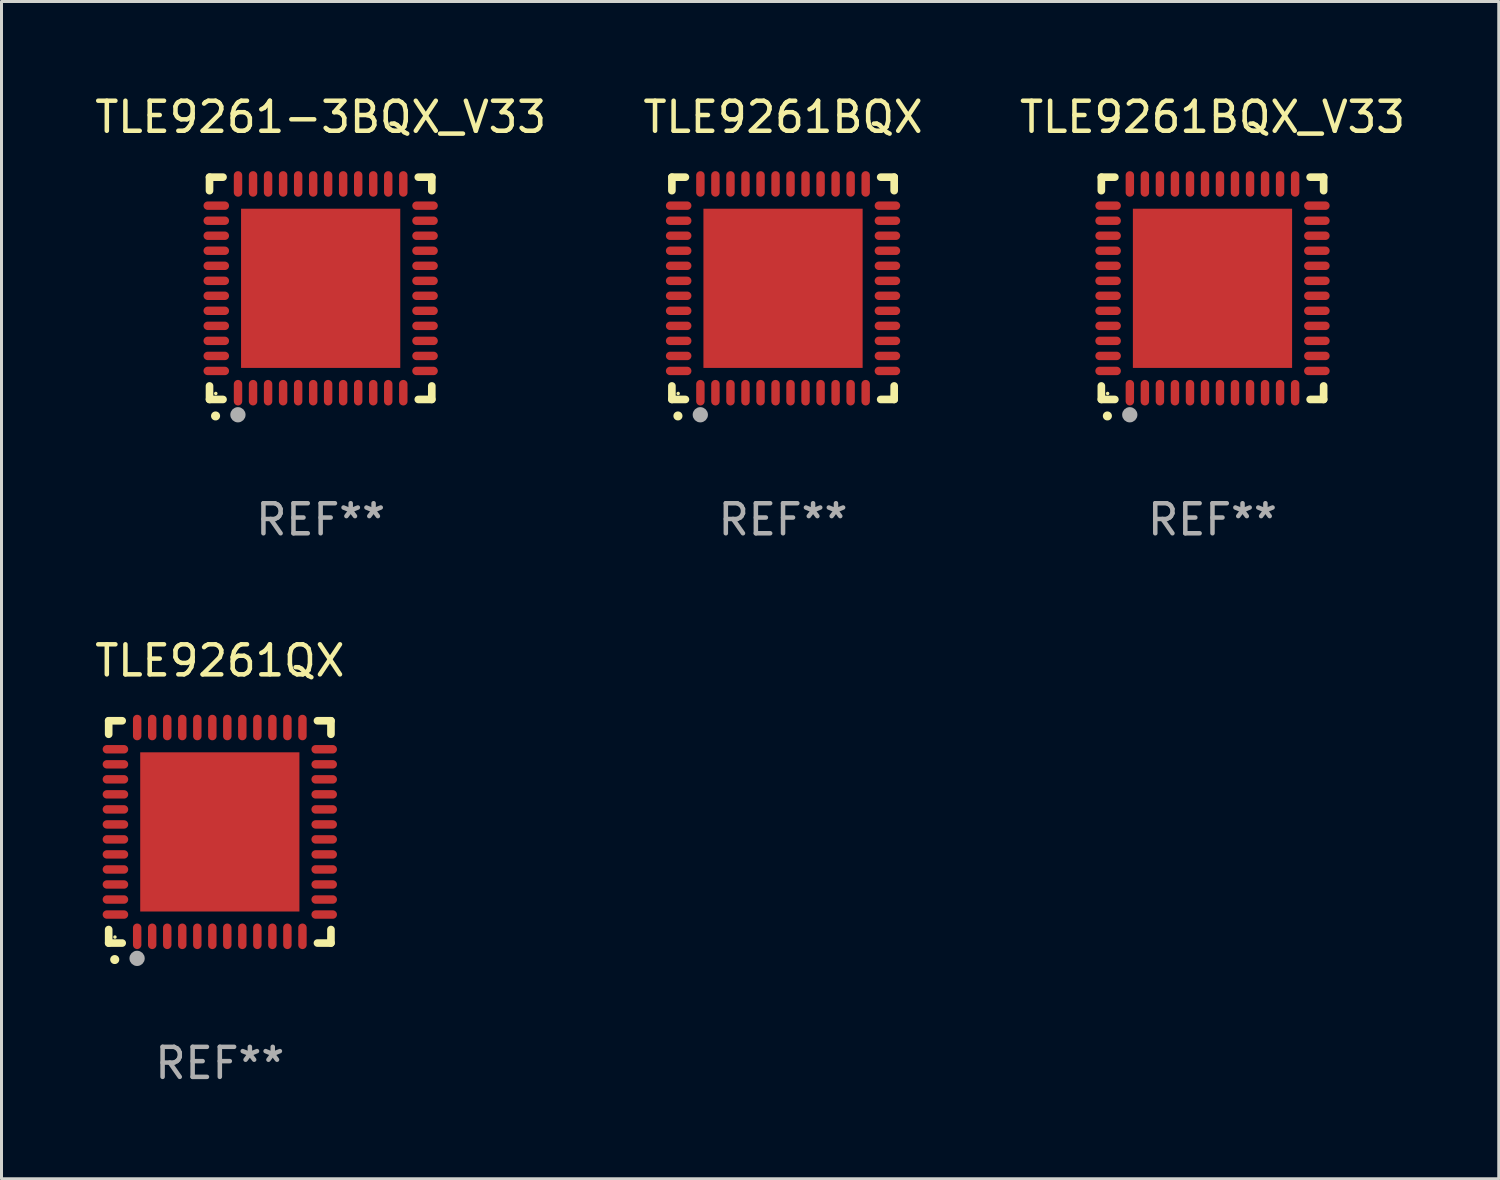
<source format=kicad_pcb>
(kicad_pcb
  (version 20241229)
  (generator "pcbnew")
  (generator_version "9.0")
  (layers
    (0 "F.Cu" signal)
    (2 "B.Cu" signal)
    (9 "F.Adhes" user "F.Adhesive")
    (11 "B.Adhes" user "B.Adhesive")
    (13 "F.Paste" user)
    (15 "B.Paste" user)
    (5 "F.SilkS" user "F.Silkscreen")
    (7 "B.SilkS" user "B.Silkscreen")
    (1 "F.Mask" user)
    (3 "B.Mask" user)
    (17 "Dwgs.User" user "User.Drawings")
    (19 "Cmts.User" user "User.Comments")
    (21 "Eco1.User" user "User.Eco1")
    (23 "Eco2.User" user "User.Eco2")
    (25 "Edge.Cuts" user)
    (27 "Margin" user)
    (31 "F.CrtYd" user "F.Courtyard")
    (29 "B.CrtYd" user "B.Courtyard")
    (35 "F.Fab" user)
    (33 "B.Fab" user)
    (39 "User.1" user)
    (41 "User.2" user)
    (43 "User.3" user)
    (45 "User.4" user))
  (footprint "TLE9261BQX"
    (layer "F.Cu")
    (at 23.018 6.548)
    (property "Reference" "TLE9261BQX" (at 0 -5.7 0) (layer "F.SilkS") (effects (font (size 1 1) (thickness 0.15))))
    (attr through_hole)
    (fp_line (start -3.7 -3.7) (end -3.25 -3.7) (stroke (width 0.254) (type solid)) (layer "F.SilkS"))
    (fp_line (start -3.7 -3.25) (end -3.7 -3.7) (stroke (width 0.254) (type solid)) (layer "F.SilkS"))
    (fp_line (start -3.7 3.7) (end -3.7 3.25) (stroke (width 0.254) (type solid)) (layer "F.SilkS"))
    (fp_line (start -3.25 3.7) (end -3.7 3.7) (stroke (width 0.254) (type solid)) (layer "F.SilkS"))
    (fp_line (start 3.25 3.7) (end 3.7 3.7) (stroke (width 0.254) (type solid)) (layer "F.SilkS"))
    (fp_line (start 3.7 -3.7) (end 3.25 -3.7) (stroke (width 0.254) (type solid)) (layer "F.SilkS"))
    (fp_line (start 3.7 -3.25) (end 3.7 -3.7) (stroke (width 0.254) (type solid)) (layer "F.SilkS"))
    (fp_line (start 3.7 3.7) (end 3.7 3.25) (stroke (width 0.254) (type solid)) (layer "F.SilkS"))
    (fp_arc (start -3.500127 4.249428) (mid -3.498857 4.249423) (end -3.497587 4.249428) (stroke (width 0.3) (type solid)) (layer "F.SilkS"))
    (fp_circle (center -3.491 3.501) (end -3.461 3.501) (stroke (width 0.06) (type solid)) (fill no) (layer "F.SilkS"))
    (fp_circle (center -2.754 4.21) (end -2.627 4.21) (stroke (width 0.254) (type solid)) (fill no) (layer "F.Fab"))
    (fp_text user "REF**" (at 0 7.7 0) (layer "F.Fab") (effects (font (size 1 1) (thickness 0.15))))
    (pad "1" smd oval (at -2.751 3.475) (size 0.28 0.85) (layers "F.Cu" "F.Mask" "F.Paste"))
    (pad "2" smd oval (at -2.251 3.475) (size 0.28 0.85) (layers "F.Cu" "F.Mask" "F.Paste"))
    (pad "3" smd oval (at -1.75 3.475) (size 0.28 0.85) (layers "F.Cu" "F.Mask" "F.Paste"))
    (pad "4" smd oval (at -1.25 3.475) (size 0.28 0.85) (layers "F.Cu" "F.Mask" "F.Paste"))
    (pad "5" smd oval (at -0.749 3.475) (size 0.28 0.85) (layers "F.Cu" "F.Mask" "F.Paste"))
    (pad "6" smd oval (at -0.249 3.475) (size 0.28 0.85) (layers "F.Cu" "F.Mask" "F.Paste"))
    (pad "7" smd oval (at 0.249 3.475) (size 0.28 0.85) (layers "F.Cu" "F.Mask" "F.Paste"))
    (pad "8" smd oval (at 0.749 3.475) (size 0.28 0.85) (layers "F.Cu" "F.Mask" "F.Paste"))
    (pad "9" smd oval (at 1.25 3.475) (size 0.28 0.85) (layers "F.Cu" "F.Mask" "F.Paste"))
    (pad "10" smd oval (at 1.75 3.475) (size 0.28 0.85) (layers "F.Cu" "F.Mask" "F.Paste"))
    (pad "11" smd oval (at 2.25 3.475) (size 0.28 0.85) (layers "F.Cu" "F.Mask" "F.Paste"))
    (pad "12" smd oval (at 2.751 3.475) (size 0.28 0.85) (layers "F.Cu" "F.Mask" "F.Paste"))
    (pad "13" smd oval (at 3.475 2.751) (size 0.85 0.28) (layers "F.Cu" "F.Mask" "F.Paste"))
    (pad "14" smd oval (at 3.475 2.251) (size 0.85 0.28) (layers "F.Cu" "F.Mask" "F.Paste"))
    (pad "15" smd oval (at 3.475 1.75) (size 0.85 0.28) (layers "F.Cu" "F.Mask" "F.Paste"))
    (pad "16" smd oval (at 3.475 1.25) (size 0.85 0.28) (layers "F.Cu" "F.Mask" "F.Paste"))
    (pad "17" smd oval (at 3.475 0.749) (size 0.85 0.28) (layers "F.Cu" "F.Mask" "F.Paste"))
    (pad "18" smd oval (at 3.475 0.249) (size 0.85 0.28) (layers "F.Cu" "F.Mask" "F.Paste"))
    (pad "19" smd oval (at 3.475 -0.249) (size 0.85 0.28) (layers "F.Cu" "F.Mask" "F.Paste"))
    (pad "20" smd oval (at 3.475 -0.749) (size 0.85 0.28) (layers "F.Cu" "F.Mask" "F.Paste"))
    (pad "21" smd oval (at 3.475 -1.25) (size 0.85 0.28) (layers "F.Cu" "F.Mask" "F.Paste"))
    (pad "22" smd oval (at 3.475 -1.75) (size 0.85 0.28) (layers "F.Cu" "F.Mask" "F.Paste"))
    (pad "23" smd oval (at 3.475 -2.25) (size 0.85 0.28) (layers "F.Cu" "F.Mask" "F.Paste"))
    (pad "24" smd oval (at 3.475 -2.751) (size 0.85 0.28) (layers "F.Cu" "F.Mask" "F.Paste"))
    (pad "25" smd oval (at 2.751 -3.475) (size 0.28 0.85) (layers "F.Cu" "F.Mask" "F.Paste"))
    (pad "26" smd oval (at 2.25 -3.475) (size 0.28 0.85) (layers "F.Cu" "F.Mask" "F.Paste"))
    (pad "27" smd oval (at 1.75 -3.475) (size 0.28 0.85) (layers "F.Cu" "F.Mask" "F.Paste"))
    (pad "28" smd oval (at 1.25 -3.475) (size 0.28 0.85) (layers "F.Cu" "F.Mask" "F.Paste"))
    (pad "29" smd oval (at 0.749 -3.475) (size 0.28 0.85) (layers "F.Cu" "F.Mask" "F.Paste"))
    (pad "30" smd oval (at 0.249 -3.475) (size 0.28 0.85) (layers "F.Cu" "F.Mask" "F.Paste"))
    (pad "31" smd oval (at -0.249 -3.475) (size 0.28 0.85) (layers "F.Cu" "F.Mask" "F.Paste"))
    (pad "32" smd oval (at -0.749 -3.475) (size 0.28 0.85) (layers "F.Cu" "F.Mask" "F.Paste"))
    (pad "33" smd oval (at -1.25 -3.475) (size 0.28 0.85) (layers "F.Cu" "F.Mask" "F.Paste"))
    (pad "34" smd oval (at -1.75 -3.475) (size 0.28 0.85) (layers "F.Cu" "F.Mask" "F.Paste"))
    (pad "35" smd oval (at -2.251 -3.475) (size 0.28 0.85) (layers "F.Cu" "F.Mask" "F.Paste"))
    (pad "36" smd oval (at -2.751 -3.475) (size 0.28 0.85) (layers "F.Cu" "F.Mask" "F.Paste"))
    (pad "37" smd oval (at -3.475 -2.751) (size 0.85 0.28) (layers "F.Cu" "F.Mask" "F.Paste"))
    (pad "38" smd oval (at -3.475 -2.25) (size 0.85 0.28) (layers "F.Cu" "F.Mask" "F.Paste"))
    (pad "39" smd oval (at -3.475 -1.75) (size 0.85 0.28) (layers "F.Cu" "F.Mask" "F.Paste"))
    (pad "40" smd oval (at -3.475 -1.25) (size 0.85 0.28) (layers "F.Cu" "F.Mask" "F.Paste"))
    (pad "41" smd oval (at -3.475 -0.749) (size 0.85 0.28) (layers "F.Cu" "F.Mask" "F.Paste"))
    (pad "42" smd oval (at -3.475 -0.249) (size 0.85 0.28) (layers "F.Cu" "F.Mask" "F.Paste"))
    (pad "43" smd oval (at -3.475 0.249) (size 0.85 0.28) (layers "F.Cu" "F.Mask" "F.Paste"))
    (pad "44" smd oval (at -3.475 0.749) (size 0.85 0.28) (layers "F.Cu" "F.Mask" "F.Paste"))
    (pad "45" smd oval (at -3.475 1.25) (size 0.85 0.28) (layers "F.Cu" "F.Mask" "F.Paste"))
    (pad "46" smd oval (at -3.475 1.75) (size 0.85 0.28) (layers "F.Cu" "F.Mask" "F.Paste"))
    (pad "47" smd oval (at -3.475 2.251) (size 0.85 0.28) (layers "F.Cu" "F.Mask" "F.Paste"))
    (pad "48" smd oval (at -3.475 2.751) (size 0.85 0.28) (layers "F.Cu" "F.Mask" "F.Paste"))
    (pad "49" smd rect (at -0.000102 0.000102) (size 5.3 5.3) (layers "F.Cu" "F.Mask" "F.Paste")))
  (footprint "TLE9261BQX_V33"
    (layer "F.Cu")
    (at 37.315 6.548)
    (property "Reference" "TLE9261BQX_V33" (at 0 -5.7 0) (layer "F.SilkS") (effects (font (size 1 1) (thickness 0.15))))
    (attr through_hole)
    (fp_line (start -3.7 -3.7) (end -3.25 -3.7) (stroke (width 0.254) (type solid)) (layer "F.SilkS"))
    (fp_line (start -3.7 -3.25) (end -3.7 -3.7) (stroke (width 0.254) (type solid)) (layer "F.SilkS"))
    (fp_line (start -3.7 3.7) (end -3.7 3.25) (stroke (width 0.254) (type solid)) (layer "F.SilkS"))
    (fp_line (start -3.25 3.7) (end -3.7 3.7) (stroke (width 0.254) (type solid)) (layer "F.SilkS"))
    (fp_line (start 3.25 3.7) (end 3.7 3.7) (stroke (width 0.254) (type solid)) (layer "F.SilkS"))
    (fp_line (start 3.7 -3.7) (end 3.25 -3.7) (stroke (width 0.254) (type solid)) (layer "F.SilkS"))
    (fp_line (start 3.7 -3.25) (end 3.7 -3.7) (stroke (width 0.254) (type solid)) (layer "F.SilkS"))
    (fp_line (start 3.7 3.7) (end 3.7 3.25) (stroke (width 0.254) (type solid)) (layer "F.SilkS"))
    (fp_arc (start -3.500127 4.249428) (mid -3.498857 4.249423) (end -3.497587 4.249428) (stroke (width 0.3) (type solid)) (layer "F.SilkS"))
    (fp_circle (center -3.491 3.501) (end -3.461 3.501) (stroke (width 0.06) (type solid)) (fill no) (layer "F.SilkS"))
    (fp_circle (center -2.754 4.21) (end -2.627 4.21) (stroke (width 0.254) (type solid)) (fill no) (layer "F.Fab"))
    (fp_text user "REF**" (at 0 7.7 0) (layer "F.Fab") (effects (font (size 1 1) (thickness 0.15))))
    (pad "1" smd oval (at -2.751 3.475) (size 0.28 0.85) (layers "F.Cu" "F.Mask" "F.Paste"))
    (pad "2" smd oval (at -2.251 3.475) (size 0.28 0.85) (layers "F.Cu" "F.Mask" "F.Paste"))
    (pad "3" smd oval (at -1.75 3.475) (size 0.28 0.85) (layers "F.Cu" "F.Mask" "F.Paste"))
    (pad "4" smd oval (at -1.25 3.475) (size 0.28 0.85) (layers "F.Cu" "F.Mask" "F.Paste"))
    (pad "5" smd oval (at -0.749 3.475) (size 0.28 0.85) (layers "F.Cu" "F.Mask" "F.Paste"))
    (pad "6" smd oval (at -0.249 3.475) (size 0.28 0.85) (layers "F.Cu" "F.Mask" "F.Paste"))
    (pad "7" smd oval (at 0.249 3.475) (size 0.28 0.85) (layers "F.Cu" "F.Mask" "F.Paste"))
    (pad "8" smd oval (at 0.749 3.475) (size 0.28 0.85) (layers "F.Cu" "F.Mask" "F.Paste"))
    (pad "9" smd oval (at 1.25 3.475) (size 0.28 0.85) (layers "F.Cu" "F.Mask" "F.Paste"))
    (pad "10" smd oval (at 1.75 3.475) (size 0.28 0.85) (layers "F.Cu" "F.Mask" "F.Paste"))
    (pad "11" smd oval (at 2.25 3.475) (size 0.28 0.85) (layers "F.Cu" "F.Mask" "F.Paste"))
    (pad "12" smd oval (at 2.751 3.475) (size 0.28 0.85) (layers "F.Cu" "F.Mask" "F.Paste"))
    (pad "13" smd oval (at 3.475 2.751) (size 0.85 0.28) (layers "F.Cu" "F.Mask" "F.Paste"))
    (pad "14" smd oval (at 3.475 2.251) (size 0.85 0.28) (layers "F.Cu" "F.Mask" "F.Paste"))
    (pad "15" smd oval (at 3.475 1.75) (size 0.85 0.28) (layers "F.Cu" "F.Mask" "F.Paste"))
    (pad "16" smd oval (at 3.475 1.25) (size 0.85 0.28) (layers "F.Cu" "F.Mask" "F.Paste"))
    (pad "17" smd oval (at 3.475 0.749) (size 0.85 0.28) (layers "F.Cu" "F.Mask" "F.Paste"))
    (pad "18" smd oval (at 3.475 0.249) (size 0.85 0.28) (layers "F.Cu" "F.Mask" "F.Paste"))
    (pad "19" smd oval (at 3.475 -0.249) (size 0.85 0.28) (layers "F.Cu" "F.Mask" "F.Paste"))
    (pad "20" smd oval (at 3.475 -0.749) (size 0.85 0.28) (layers "F.Cu" "F.Mask" "F.Paste"))
    (pad "21" smd oval (at 3.475 -1.25) (size 0.85 0.28) (layers "F.Cu" "F.Mask" "F.Paste"))
    (pad "22" smd oval (at 3.475 -1.75) (size 0.85 0.28) (layers "F.Cu" "F.Mask" "F.Paste"))
    (pad "23" smd oval (at 3.475 -2.25) (size 0.85 0.28) (layers "F.Cu" "F.Mask" "F.Paste"))
    (pad "24" smd oval (at 3.475 -2.751) (size 0.85 0.28) (layers "F.Cu" "F.Mask" "F.Paste"))
    (pad "25" smd oval (at 2.751 -3.475) (size 0.28 0.85) (layers "F.Cu" "F.Mask" "F.Paste"))
    (pad "26" smd oval (at 2.25 -3.475) (size 0.28 0.85) (layers "F.Cu" "F.Mask" "F.Paste"))
    (pad "27" smd oval (at 1.75 -3.475) (size 0.28 0.85) (layers "F.Cu" "F.Mask" "F.Paste"))
    (pad "28" smd oval (at 1.25 -3.475) (size 0.28 0.85) (layers "F.Cu" "F.Mask" "F.Paste"))
    (pad "29" smd oval (at 0.749 -3.475) (size 0.28 0.85) (layers "F.Cu" "F.Mask" "F.Paste"))
    (pad "30" smd oval (at 0.249 -3.475) (size 0.28 0.85) (layers "F.Cu" "F.Mask" "F.Paste"))
    (pad "31" smd oval (at -0.249 -3.475) (size 0.28 0.85) (layers "F.Cu" "F.Mask" "F.Paste"))
    (pad "32" smd oval (at -0.749 -3.475) (size 0.28 0.85) (layers "F.Cu" "F.Mask" "F.Paste"))
    (pad "33" smd oval (at -1.25 -3.475) (size 0.28 0.85) (layers "F.Cu" "F.Mask" "F.Paste"))
    (pad "34" smd oval (at -1.75 -3.475) (size 0.28 0.85) (layers "F.Cu" "F.Mask" "F.Paste"))
    (pad "35" smd oval (at -2.251 -3.475) (size 0.28 0.85) (layers "F.Cu" "F.Mask" "F.Paste"))
    (pad "36" smd oval (at -2.751 -3.475) (size 0.28 0.85) (layers "F.Cu" "F.Mask" "F.Paste"))
    (pad "37" smd oval (at -3.475 -2.751) (size 0.85 0.28) (layers "F.Cu" "F.Mask" "F.Paste"))
    (pad "38" smd oval (at -3.475 -2.25) (size 0.85 0.28) (layers "F.Cu" "F.Mask" "F.Paste"))
    (pad "39" smd oval (at -3.475 -1.75) (size 0.85 0.28) (layers "F.Cu" "F.Mask" "F.Paste"))
    (pad "40" smd oval (at -3.475 -1.25) (size 0.85 0.28) (layers "F.Cu" "F.Mask" "F.Paste"))
    (pad "41" smd oval (at -3.475 -0.749) (size 0.85 0.28) (layers "F.Cu" "F.Mask" "F.Paste"))
    (pad "42" smd oval (at -3.475 -0.249) (size 0.85 0.28) (layers "F.Cu" "F.Mask" "F.Paste"))
    (pad "43" smd oval (at -3.475 0.249) (size 0.85 0.28) (layers "F.Cu" "F.Mask" "F.Paste"))
    (pad "44" smd oval (at -3.475 0.749) (size 0.85 0.28) (layers "F.Cu" "F.Mask" "F.Paste"))
    (pad "45" smd oval (at -3.475 1.25) (size 0.85 0.28) (layers "F.Cu" "F.Mask" "F.Paste"))
    (pad "46" smd oval (at -3.475 1.75) (size 0.85 0.28) (layers "F.Cu" "F.Mask" "F.Paste"))
    (pad "47" smd oval (at -3.475 2.251) (size 0.85 0.28) (layers "F.Cu" "F.Mask" "F.Paste"))
    (pad "48" smd oval (at -3.475 2.751) (size 0.85 0.28) (layers "F.Cu" "F.Mask" "F.Paste"))
    (pad "49" smd rect (at -0.000102 0.000102) (size 5.3 5.3) (layers "F.Cu" "F.Mask" "F.Paste")))
  (footprint "TLE9261-3BQX_V33"
    (layer "F.Cu")
    (at 7.625 6.548)
    (property "Reference" "TLE9261-3BQX_V33" (at 0 -5.7 0) (layer "F.SilkS") (effects (font (size 1 1) (thickness 0.15))))
    (attr through_hole)
    (fp_line (start -3.7 -3.7) (end -3.25 -3.7) (stroke (width 0.254) (type solid)) (layer "F.SilkS"))
    (fp_line (start -3.7 -3.25) (end -3.7 -3.7) (stroke (width 0.254) (type solid)) (layer "F.SilkS"))
    (fp_line (start -3.7 3.7) (end -3.7 3.25) (stroke (width 0.254) (type solid)) (layer "F.SilkS"))
    (fp_line (start -3.25 3.7) (end -3.7 3.7) (stroke (width 0.254) (type solid)) (layer "F.SilkS"))
    (fp_line (start 3.25 3.7) (end 3.7 3.7) (stroke (width 0.254) (type solid)) (layer "F.SilkS"))
    (fp_line (start 3.7 -3.7) (end 3.25 -3.7) (stroke (width 0.254) (type solid)) (layer "F.SilkS"))
    (fp_line (start 3.7 -3.25) (end 3.7 -3.7) (stroke (width 0.254) (type solid)) (layer "F.SilkS"))
    (fp_line (start 3.7 3.7) (end 3.7 3.25) (stroke (width 0.254) (type solid)) (layer "F.SilkS"))
    (fp_arc (start -3.500127 4.249428) (mid -3.498857 4.249423) (end -3.497587 4.249428) (stroke (width 0.3) (type solid)) (layer "F.SilkS"))
    (fp_circle (center -3.491 3.501) (end -3.461 3.501) (stroke (width 0.06) (type solid)) (fill no) (layer "F.SilkS"))
    (fp_circle (center -2.754 4.21) (end -2.627 4.21) (stroke (width 0.254) (type solid)) (fill no) (layer "F.Fab"))
    (fp_text user "REF**" (at 0 7.7 0) (layer "F.Fab") (effects (font (size 1 1) (thickness 0.15))))
    (pad "1" smd oval (at -2.751 3.475) (size 0.28 0.85) (layers "F.Cu" "F.Mask" "F.Paste"))
    (pad "2" smd oval (at -2.251 3.475) (size 0.28 0.85) (layers "F.Cu" "F.Mask" "F.Paste"))
    (pad "3" smd oval (at -1.75 3.475) (size 0.28 0.85) (layers "F.Cu" "F.Mask" "F.Paste"))
    (pad "4" smd oval (at -1.25 3.475) (size 0.28 0.85) (layers "F.Cu" "F.Mask" "F.Paste"))
    (pad "5" smd oval (at -0.749 3.475) (size 0.28 0.85) (layers "F.Cu" "F.Mask" "F.Paste"))
    (pad "6" smd oval (at -0.249 3.475) (size 0.28 0.85) (layers "F.Cu" "F.Mask" "F.Paste"))
    (pad "7" smd oval (at 0.249 3.475) (size 0.28 0.85) (layers "F.Cu" "F.Mask" "F.Paste"))
    (pad "8" smd oval (at 0.749 3.475) (size 0.28 0.85) (layers "F.Cu" "F.Mask" "F.Paste"))
    (pad "9" smd oval (at 1.25 3.475) (size 0.28 0.85) (layers "F.Cu" "F.Mask" "F.Paste"))
    (pad "10" smd oval (at 1.75 3.475) (size 0.28 0.85) (layers "F.Cu" "F.Mask" "F.Paste"))
    (pad "11" smd oval (at 2.25 3.475) (size 0.28 0.85) (layers "F.Cu" "F.Mask" "F.Paste"))
    (pad "12" smd oval (at 2.751 3.475) (size 0.28 0.85) (layers "F.Cu" "F.Mask" "F.Paste"))
    (pad "13" smd oval (at 3.475 2.751) (size 0.85 0.28) (layers "F.Cu" "F.Mask" "F.Paste"))
    (pad "14" smd oval (at 3.475 2.251) (size 0.85 0.28) (layers "F.Cu" "F.Mask" "F.Paste"))
    (pad "15" smd oval (at 3.475 1.75) (size 0.85 0.28) (layers "F.Cu" "F.Mask" "F.Paste"))
    (pad "16" smd oval (at 3.475 1.25) (size 0.85 0.28) (layers "F.Cu" "F.Mask" "F.Paste"))
    (pad "17" smd oval (at 3.475 0.749) (size 0.85 0.28) (layers "F.Cu" "F.Mask" "F.Paste"))
    (pad "18" smd oval (at 3.475 0.249) (size 0.85 0.28) (layers "F.Cu" "F.Mask" "F.Paste"))
    (pad "19" smd oval (at 3.475 -0.249) (size 0.85 0.28) (layers "F.Cu" "F.Mask" "F.Paste"))
    (pad "20" smd oval (at 3.475 -0.749) (size 0.85 0.28) (layers "F.Cu" "F.Mask" "F.Paste"))
    (pad "21" smd oval (at 3.475 -1.25) (size 0.85 0.28) (layers "F.Cu" "F.Mask" "F.Paste"))
    (pad "22" smd oval (at 3.475 -1.75) (size 0.85 0.28) (layers "F.Cu" "F.Mask" "F.Paste"))
    (pad "23" smd oval (at 3.475 -2.25) (size 0.85 0.28) (layers "F.Cu" "F.Mask" "F.Paste"))
    (pad "24" smd oval (at 3.475 -2.751) (size 0.85 0.28) (layers "F.Cu" "F.Mask" "F.Paste"))
    (pad "25" smd oval (at 2.751 -3.475) (size 0.28 0.85) (layers "F.Cu" "F.Mask" "F.Paste"))
    (pad "26" smd oval (at 2.25 -3.475) (size 0.28 0.85) (layers "F.Cu" "F.Mask" "F.Paste"))
    (pad "27" smd oval (at 1.75 -3.475) (size 0.28 0.85) (layers "F.Cu" "F.Mask" "F.Paste"))
    (pad "28" smd oval (at 1.25 -3.475) (size 0.28 0.85) (layers "F.Cu" "F.Mask" "F.Paste"))
    (pad "29" smd oval (at 0.749 -3.475) (size 0.28 0.85) (layers "F.Cu" "F.Mask" "F.Paste"))
    (pad "30" smd oval (at 0.249 -3.475) (size 0.28 0.85) (layers "F.Cu" "F.Mask" "F.Paste"))
    (pad "31" smd oval (at -0.249 -3.475) (size 0.28 0.85) (layers "F.Cu" "F.Mask" "F.Paste"))
    (pad "32" smd oval (at -0.749 -3.475) (size 0.28 0.85) (layers "F.Cu" "F.Mask" "F.Paste"))
    (pad "33" smd oval (at -1.25 -3.475) (size 0.28 0.85) (layers "F.Cu" "F.Mask" "F.Paste"))
    (pad "34" smd oval (at -1.75 -3.475) (size 0.28 0.85) (layers "F.Cu" "F.Mask" "F.Paste"))
    (pad "35" smd oval (at -2.251 -3.475) (size 0.28 0.85) (layers "F.Cu" "F.Mask" "F.Paste"))
    (pad "36" smd oval (at -2.751 -3.475) (size 0.28 0.85) (layers "F.Cu" "F.Mask" "F.Paste"))
    (pad "37" smd oval (at -3.475 -2.751) (size 0.85 0.28) (layers "F.Cu" "F.Mask" "F.Paste"))
    (pad "38" smd oval (at -3.475 -2.25) (size 0.85 0.28) (layers "F.Cu" "F.Mask" "F.Paste"))
    (pad "39" smd oval (at -3.475 -1.75) (size 0.85 0.28) (layers "F.Cu" "F.Mask" "F.Paste"))
    (pad "40" smd oval (at -3.475 -1.25) (size 0.85 0.28) (layers "F.Cu" "F.Mask" "F.Paste"))
    (pad "41" smd oval (at -3.475 -0.749) (size 0.85 0.28) (layers "F.Cu" "F.Mask" "F.Paste"))
    (pad "42" smd oval (at -3.475 -0.249) (size 0.85 0.28) (layers "F.Cu" "F.Mask" "F.Paste"))
    (pad "43" smd oval (at -3.475 0.249) (size 0.85 0.28) (layers "F.Cu" "F.Mask" "F.Paste"))
    (pad "44" smd oval (at -3.475 0.749) (size 0.85 0.28) (layers "F.Cu" "F.Mask" "F.Paste"))
    (pad "45" smd oval (at -3.475 1.25) (size 0.85 0.28) (layers "F.Cu" "F.Mask" "F.Paste"))
    (pad "46" smd oval (at -3.475 1.75) (size 0.85 0.28) (layers "F.Cu" "F.Mask" "F.Paste"))
    (pad "47" smd oval (at -3.475 2.251) (size 0.85 0.28) (layers "F.Cu" "F.Mask" "F.Paste"))
    (pad "48" smd oval (at -3.475 2.751) (size 0.85 0.28) (layers "F.Cu" "F.Mask" "F.Paste"))
    (pad "49" smd rect (at -0.000102 0.000102) (size 5.3 5.3) (layers "F.Cu" "F.Mask" "F.Paste")))
  (footprint "TLE9261QX"
    (layer "F.Cu")
    (at 4.268 24.645)
    (property "Reference" "TLE9261QX" (at 0 -5.7 0) (layer "F.SilkS") (effects (font (size 1 1) (thickness 0.15))))
    (attr through_hole)
    (fp_line (start -3.7 -3.7) (end -3.25 -3.7) (stroke (width 0.254) (type solid)) (layer "F.SilkS"))
    (fp_line (start -3.7 -3.25) (end -3.7 -3.7) (stroke (width 0.254) (type solid)) (layer "F.SilkS"))
    (fp_line (start -3.7 3.7) (end -3.7 3.25) (stroke (width 0.254) (type solid)) (layer "F.SilkS"))
    (fp_line (start -3.25 3.7) (end -3.7 3.7) (stroke (width 0.254) (type solid)) (layer "F.SilkS"))
    (fp_line (start 3.25 3.7) (end 3.7 3.7) (stroke (width 0.254) (type solid)) (layer "F.SilkS"))
    (fp_line (start 3.7 -3.7) (end 3.25 -3.7) (stroke (width 0.254) (type solid)) (layer "F.SilkS"))
    (fp_line (start 3.7 -3.25) (end 3.7 -3.7) (stroke (width 0.254) (type solid)) (layer "F.SilkS"))
    (fp_line (start 3.7 3.7) (end 3.7 3.25) (stroke (width 0.254) (type solid)) (layer "F.SilkS"))
    (fp_arc (start -3.500127 4.249428) (mid -3.498857 4.249423) (end -3.497587 4.249428) (stroke (width 0.3) (type solid)) (layer "F.SilkS"))
    (fp_circle (center -3.491 3.501) (end -3.461 3.501) (stroke (width 0.06) (type solid)) (fill no) (layer "F.SilkS"))
    (fp_circle (center -2.754 4.21) (end -2.627 4.21) (stroke (width 0.254) (type solid)) (fill no) (layer "F.Fab"))
    (fp_text user "REF**" (at 0 7.7 0) (layer "F.Fab") (effects (font (size 1 1) (thickness 0.15))))
    (pad "1" smd oval (at -2.751 3.475) (size 0.28 0.85) (layers "F.Cu" "F.Mask" "F.Paste"))
    (pad "2" smd oval (at -2.251 3.475) (size 0.28 0.85) (layers "F.Cu" "F.Mask" "F.Paste"))
    (pad "3" smd oval (at -1.75 3.475) (size 0.28 0.85) (layers "F.Cu" "F.Mask" "F.Paste"))
    (pad "4" smd oval (at -1.25 3.475) (size 0.28 0.85) (layers "F.Cu" "F.Mask" "F.Paste"))
    (pad "5" smd oval (at -0.749 3.475) (size 0.28 0.85) (layers "F.Cu" "F.Mask" "F.Paste"))
    (pad "6" smd oval (at -0.249 3.475) (size 0.28 0.85) (layers "F.Cu" "F.Mask" "F.Paste"))
    (pad "7" smd oval (at 0.249 3.475) (size 0.28 0.85) (layers "F.Cu" "F.Mask" "F.Paste"))
    (pad "8" smd oval (at 0.749 3.475) (size 0.28 0.85) (layers "F.Cu" "F.Mask" "F.Paste"))
    (pad "9" smd oval (at 1.25 3.475) (size 0.28 0.85) (layers "F.Cu" "F.Mask" "F.Paste"))
    (pad "10" smd oval (at 1.75 3.475) (size 0.28 0.85) (layers "F.Cu" "F.Mask" "F.Paste"))
    (pad "11" smd oval (at 2.25 3.475) (size 0.28 0.85) (layers "F.Cu" "F.Mask" "F.Paste"))
    (pad "12" smd oval (at 2.751 3.475) (size 0.28 0.85) (layers "F.Cu" "F.Mask" "F.Paste"))
    (pad "13" smd oval (at 3.475 2.751) (size 0.85 0.28) (layers "F.Cu" "F.Mask" "F.Paste"))
    (pad "14" smd oval (at 3.475 2.251) (size 0.85 0.28) (layers "F.Cu" "F.Mask" "F.Paste"))
    (pad "15" smd oval (at 3.475 1.75) (size 0.85 0.28) (layers "F.Cu" "F.Mask" "F.Paste"))
    (pad "16" smd oval (at 3.475 1.25) (size 0.85 0.28) (layers "F.Cu" "F.Mask" "F.Paste"))
    (pad "17" smd oval (at 3.475 0.749) (size 0.85 0.28) (layers "F.Cu" "F.Mask" "F.Paste"))
    (pad "18" smd oval (at 3.475 0.249) (size 0.85 0.28) (layers "F.Cu" "F.Mask" "F.Paste"))
    (pad "19" smd oval (at 3.475 -0.249) (size 0.85 0.28) (layers "F.Cu" "F.Mask" "F.Paste"))
    (pad "20" smd oval (at 3.475 -0.749) (size 0.85 0.28) (layers "F.Cu" "F.Mask" "F.Paste"))
    (pad "21" smd oval (at 3.475 -1.25) (size 0.85 0.28) (layers "F.Cu" "F.Mask" "F.Paste"))
    (pad "22" smd oval (at 3.475 -1.75) (size 0.85 0.28) (layers "F.Cu" "F.Mask" "F.Paste"))
    (pad "23" smd oval (at 3.475 -2.25) (size 0.85 0.28) (layers "F.Cu" "F.Mask" "F.Paste"))
    (pad "24" smd oval (at 3.475 -2.751) (size 0.85 0.28) (layers "F.Cu" "F.Mask" "F.Paste"))
    (pad "25" smd oval (at 2.751 -3.475) (size 0.28 0.85) (layers "F.Cu" "F.Mask" "F.Paste"))
    (pad "26" smd oval (at 2.25 -3.475) (size 0.28 0.85) (layers "F.Cu" "F.Mask" "F.Paste"))
    (pad "27" smd oval (at 1.75 -3.475) (size 0.28 0.85) (layers "F.Cu" "F.Mask" "F.Paste"))
    (pad "28" smd oval (at 1.25 -3.475) (size 0.28 0.85) (layers "F.Cu" "F.Mask" "F.Paste"))
    (pad "29" smd oval (at 0.749 -3.475) (size 0.28 0.85) (layers "F.Cu" "F.Mask" "F.Paste"))
    (pad "30" smd oval (at 0.249 -3.475) (size 0.28 0.85) (layers "F.Cu" "F.Mask" "F.Paste"))
    (pad "31" smd oval (at -0.249 -3.475) (size 0.28 0.85) (layers "F.Cu" "F.Mask" "F.Paste"))
    (pad "32" smd oval (at -0.749 -3.475) (size 0.28 0.85) (layers "F.Cu" "F.Mask" "F.Paste"))
    (pad "33" smd oval (at -1.25 -3.475) (size 0.28 0.85) (layers "F.Cu" "F.Mask" "F.Paste"))
    (pad "34" smd oval (at -1.75 -3.475) (size 0.28 0.85) (layers "F.Cu" "F.Mask" "F.Paste"))
    (pad "35" smd oval (at -2.251 -3.475) (size 0.28 0.85) (layers "F.Cu" "F.Mask" "F.Paste"))
    (pad "36" smd oval (at -2.751 -3.475) (size 0.28 0.85) (layers "F.Cu" "F.Mask" "F.Paste"))
    (pad "37" smd oval (at -3.475 -2.751) (size 0.85 0.28) (layers "F.Cu" "F.Mask" "F.Paste"))
    (pad "38" smd oval (at -3.475 -2.25) (size 0.85 0.28) (layers "F.Cu" "F.Mask" "F.Paste"))
    (pad "39" smd oval (at -3.475 -1.75) (size 0.85 0.28) (layers "F.Cu" "F.Mask" "F.Paste"))
    (pad "40" smd oval (at -3.475 -1.25) (size 0.85 0.28) (layers "F.Cu" "F.Mask" "F.Paste"))
    (pad "41" smd oval (at -3.475 -0.749) (size 0.85 0.28) (layers "F.Cu" "F.Mask" "F.Paste"))
    (pad "42" smd oval (at -3.475 -0.249) (size 0.85 0.28) (layers "F.Cu" "F.Mask" "F.Paste"))
    (pad "43" smd oval (at -3.475 0.249) (size 0.85 0.28) (layers "F.Cu" "F.Mask" "F.Paste"))
    (pad "44" smd oval (at -3.475 0.749) (size 0.85 0.28) (layers "F.Cu" "F.Mask" "F.Paste"))
    (pad "45" smd oval (at -3.475 1.25) (size 0.85 0.28) (layers "F.Cu" "F.Mask" "F.Paste"))
    (pad "46" smd oval (at -3.475 1.75) (size 0.85 0.28) (layers "F.Cu" "F.Mask" "F.Paste"))
    (pad "47" smd oval (at -3.475 2.251) (size 0.85 0.28) (layers "F.Cu" "F.Mask" "F.Paste"))
    (pad "48" smd oval (at -3.475 2.751) (size 0.85 0.28) (layers "F.Cu" "F.Mask" "F.Paste"))
    (pad "49" smd rect (at -0.000102 0.000102) (size 5.3 5.3) (layers "F.Cu" "F.Mask" "F.Paste")))
  (gr_rect
    (start -3 -3)
    (end 46.845 36.193)
    (stroke (width 0.1) (type default))
    (fill no)
    (layer "Edge.Cuts")))
</source>
